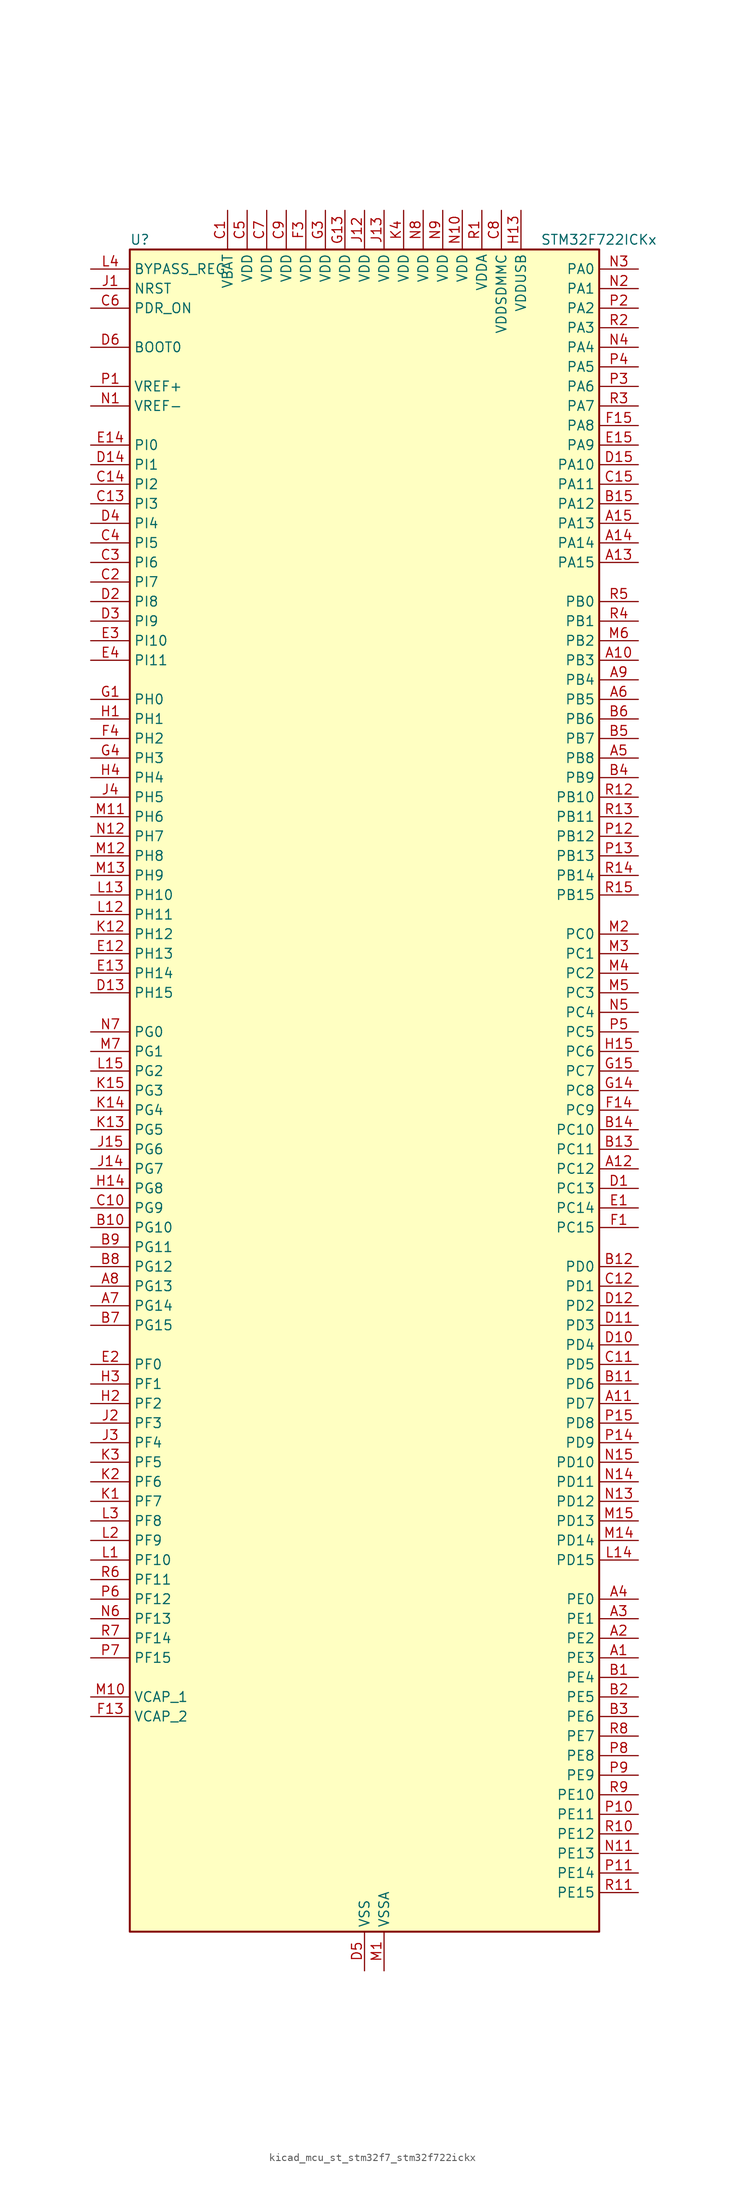
<source format=kicad_sym>
(kicad_symbol_lib
  (version 20220914)
  (generator kicad_symbol_editor)
  (symbol "kicad_mcu_st_stm32f7_stm32f722ickx"
    (property "Reference" "U"
      (at -30.48 110.49 0)
      (effects (font (size 1.27 1.27)) (justify left)))
    (property "Value" "STM32F722ICKx"
      (at 22.86 110.49 0)
      (effects (font (size 1.27 1.27)) (justify left)))
    (property "ki_locked" ""
      (at 0 0 0)
      (effects (font (size 1.27 1.27))))
    (symbol "kicad_mcu_st_stm32f7_stm32f722ickx_0_1"
      (rectangle (start -30.48 -109.22) (end 30.48 109.22) (stroke (width 0.254) (type default)) (fill (type background))))
    (symbol "kicad_mcu_st_stm32f7_stm32f722ickx_1_1"
      (pin bidirectional line (at 35.56 -73.66 180) (length 5.08) (name "PE3" (effects (font (size 1.27 1.27)))) (number "A1" (effects (font (size 1.27 1.27)))) (alternate "FMC_A19" bidirectional line) (alternate "SAI1_SD_B" bidirectional line) (alternate "SYS_TRACED0" bidirectional line))
      (pin bidirectional line (at 35.56 55.88 180) (length 5.08) (name "PB3" (effects (font (size 1.27 1.27)))) (number "A10" (effects (font (size 1.27 1.27)))) (alternate "I2S1_CK" bidirectional line) (alternate "I2S3_CK" bidirectional line) (alternate "SDMMC2_D2" bidirectional line) (alternate "SPI1_SCK" bidirectional line) (alternate "SPI3_SCK" bidirectional line) (alternate "SYS_JTDO-SWO" bidirectional line) (alternate "TIM2_CH2" bidirectional line))
      (pin bidirectional line (at 35.56 -40.64 180) (length 5.08) (name "PD7" (effects (font (size 1.27 1.27)))) (number "A11" (effects (font (size 1.27 1.27)))) (alternate "FMC_NE1" bidirectional line) (alternate "SDMMC2_CMD" bidirectional line) (alternate "USART2_CK" bidirectional line))
      (pin bidirectional line (at 35.56 -10.16 180) (length 5.08) (name "PC12" (effects (font (size 1.27 1.27)))) (number "A12" (effects (font (size 1.27 1.27)))) (alternate "I2S3_SD" bidirectional line) (alternate "SDMMC1_CK" bidirectional line) (alternate "SPI3_MOSI" bidirectional line) (alternate "SYS_TRACED3" bidirectional line) (alternate "UART5_TX" bidirectional line) (alternate "USART3_CK" bidirectional line))
      (pin bidirectional line (at 35.56 68.58 180) (length 5.08) (name "PA15" (effects (font (size 1.27 1.27)))) (number "A13" (effects (font (size 1.27 1.27)))) (alternate "I2S1_WS" bidirectional line) (alternate "I2S3_WS" bidirectional line) (alternate "SPI1_NSS" bidirectional line) (alternate "SPI3_NSS" bidirectional line) (alternate "SYS_JTDI" bidirectional line) (alternate "TIM2_CH1" bidirectional line) (alternate "TIM2_ETR" bidirectional line) (alternate "UART4_DE" bidirectional line) (alternate "UART4_RTS" bidirectional line))
      (pin bidirectional line (at 35.56 71.12 180) (length 5.08) (name "PA14" (effects (font (size 1.27 1.27)))) (number "A14" (effects (font (size 1.27 1.27)))) (alternate "SYS_JTCK-SWCLK" bidirectional line))
      (pin bidirectional line (at 35.56 73.66 180) (length 5.08) (name "PA13" (effects (font (size 1.27 1.27)))) (number "A15" (effects (font (size 1.27 1.27)))) (alternate "SYS_JTMS-SWDIO" bidirectional line))
      (pin bidirectional line (at 35.56 -71.12 180) (length 5.08) (name "PE2" (effects (font (size 1.27 1.27)))) (number "A2" (effects (font (size 1.27 1.27)))) (alternate "FMC_A23" bidirectional line) (alternate "QUADSPI_BK1_IO2" bidirectional line) (alternate "SAI1_MCLK_A" bidirectional line) (alternate "SPI4_SCK" bidirectional line) (alternate "SYS_TRACECLK" bidirectional line))
      (pin bidirectional line (at 35.56 -68.58 180) (length 5.08) (name "PE1" (effects (font (size 1.27 1.27)))) (number "A3" (effects (font (size 1.27 1.27)))) (alternate "FMC_NBL1" bidirectional line) (alternate "LPTIM1_IN2" bidirectional line) (alternate "UART8_TX" bidirectional line))
      (pin bidirectional line (at 35.56 -66.04 180) (length 5.08) (name "PE0" (effects (font (size 1.27 1.27)))) (number "A4" (effects (font (size 1.27 1.27)))) (alternate "FMC_NBL0" bidirectional line) (alternate "LPTIM1_ETR" bidirectional line) (alternate "SAI2_MCLK_A" bidirectional line) (alternate "TIM4_ETR" bidirectional line) (alternate "UART8_RX" bidirectional line))
      (pin bidirectional line (at 35.56 43.18 180) (length 5.08) (name "PB8" (effects (font (size 1.27 1.27)))) (number "A5" (effects (font (size 1.27 1.27)))) (alternate "CAN1_RX" bidirectional line) (alternate "I2C1_SCL" bidirectional line) (alternate "SDMMC1_D4" bidirectional line) (alternate "SDMMC2_D4" bidirectional line) (alternate "TIM10_CH1" bidirectional line) (alternate "TIM4_CH3" bidirectional line))
      (pin bidirectional line (at 35.56 50.8 180) (length 5.08) (name "PB5" (effects (font (size 1.27 1.27)))) (number "A6" (effects (font (size 1.27 1.27)))) (alternate "FMC_SDCKE1" bidirectional line) (alternate "I2C1_SMBA" bidirectional line) (alternate "I2S1_SD" bidirectional line) (alternate "I2S3_SD" bidirectional line) (alternate "SPI1_MOSI" bidirectional line) (alternate "SPI3_MOSI" bidirectional line) (alternate "TIM3_CH2" bidirectional line) (alternate "USB_OTG_HS_ULPI_D7" bidirectional line))
      (pin bidirectional line (at -35.56 -27.94 0) (length 5.08) (name "PG14" (effects (font (size 1.27 1.27)))) (number "A7" (effects (font (size 1.27 1.27)))) (alternate "FMC_A25" bidirectional line) (alternate "LPTIM1_ETR" bidirectional line) (alternate "QUADSPI_BK2_IO3" bidirectional line) (alternate "SYS_TRACED1" bidirectional line) (alternate "USART6_TX" bidirectional line))
      (pin bidirectional line (at -35.56 -25.4 0) (length 5.08) (name "PG13" (effects (font (size 1.27 1.27)))) (number "A8" (effects (font (size 1.27 1.27)))) (alternate "FMC_A24" bidirectional line) (alternate "LPTIM1_OUT" bidirectional line) (alternate "SYS_TRACED0" bidirectional line) (alternate "USART6_CTS" bidirectional line))
      (pin bidirectional line (at 35.56 53.34 180) (length 5.08) (name "PB4" (effects (font (size 1.27 1.27)))) (number "A9" (effects (font (size 1.27 1.27)))) (alternate "I2S2_WS" bidirectional line) (alternate "SDMMC2_D3" bidirectional line) (alternate "SPI1_MISO" bidirectional line) (alternate "SPI2_NSS" bidirectional line) (alternate "SPI3_MISO" bidirectional line) (alternate "SYS_JTRST" bidirectional line) (alternate "TIM3_CH1" bidirectional line))
      (pin bidirectional line (at 35.56 -76.2 180) (length 5.08) (name "PE4" (effects (font (size 1.27 1.27)))) (number "B1" (effects (font (size 1.27 1.27)))) (alternate "FMC_A20" bidirectional line) (alternate "SAI1_FS_A" bidirectional line) (alternate "SPI4_NSS" bidirectional line) (alternate "SYS_TRACED1" bidirectional line))
      (pin bidirectional line (at -35.56 -17.78 0) (length 5.08) (name "PG10" (effects (font (size 1.27 1.27)))) (number "B10" (effects (font (size 1.27 1.27)))) (alternate "FMC_NE3" bidirectional line) (alternate "SAI2_SD_B" bidirectional line) (alternate "SDMMC2_D1" bidirectional line))
      (pin bidirectional line (at 35.56 -38.1 180) (length 5.08) (name "PD6" (effects (font (size 1.27 1.27)))) (number "B11" (effects (font (size 1.27 1.27)))) (alternate "FMC_NWAIT" bidirectional line) (alternate "I2S3_SD" bidirectional line) (alternate "SAI1_SD_A" bidirectional line) (alternate "SDMMC2_CK" bidirectional line) (alternate "SPI3_MOSI" bidirectional line) (alternate "USART2_RX" bidirectional line))
      (pin bidirectional line (at 35.56 -22.86 180) (length 5.08) (name "PD0" (effects (font (size 1.27 1.27)))) (number "B12" (effects (font (size 1.27 1.27)))) (alternate "CAN1_RX" bidirectional line) (alternate "FMC_D2" bidirectional line) (alternate "FMC_DA2" bidirectional line))
      (pin bidirectional line (at 35.56 -7.62 180) (length 5.08) (name "PC11" (effects (font (size 1.27 1.27)))) (number "B13" (effects (font (size 1.27 1.27)))) (alternate "ADC1_EXTI11" bidirectional line) (alternate "ADC2_EXTI11" bidirectional line) (alternate "ADC3_EXTI11" bidirectional line) (alternate "QUADSPI_BK2_NCS" bidirectional line) (alternate "SDMMC1_D3" bidirectional line) (alternate "SPI3_MISO" bidirectional line) (alternate "UART4_RX" bidirectional line) (alternate "USART3_RX" bidirectional line))
      (pin bidirectional line (at 35.56 -5.08 180) (length 5.08) (name "PC10" (effects (font (size 1.27 1.27)))) (number "B14" (effects (font (size 1.27 1.27)))) (alternate "I2S3_CK" bidirectional line) (alternate "QUADSPI_BK1_IO1" bidirectional line) (alternate "SDMMC1_D2" bidirectional line) (alternate "SPI3_SCK" bidirectional line) (alternate "UART4_TX" bidirectional line) (alternate "USART3_TX" bidirectional line))
      (pin bidirectional line (at 35.56 76.2 180) (length 5.08) (name "PA12" (effects (font (size 1.27 1.27)))) (number "B15" (effects (font (size 1.27 1.27)))) (alternate "CAN1_TX" bidirectional line) (alternate "SAI2_FS_B" bidirectional line) (alternate "TIM1_ETR" bidirectional line) (alternate "USART1_DE" bidirectional line) (alternate "USART1_RTS" bidirectional line) (alternate "USB_OTG_FS_DP" bidirectional line))
      (pin bidirectional line (at 35.56 -78.74 180) (length 5.08) (name "PE5" (effects (font (size 1.27 1.27)))) (number "B2" (effects (font (size 1.27 1.27)))) (alternate "FMC_A21" bidirectional line) (alternate "SAI1_SCK_A" bidirectional line) (alternate "SPI4_MISO" bidirectional line) (alternate "SYS_TRACED2" bidirectional line) (alternate "TIM9_CH1" bidirectional line))
      (pin bidirectional line (at 35.56 -81.28 180) (length 5.08) (name "PE6" (effects (font (size 1.27 1.27)))) (number "B3" (effects (font (size 1.27 1.27)))) (alternate "FMC_A22" bidirectional line) (alternate "SAI1_SD_A" bidirectional line) (alternate "SAI2_MCLK_B" bidirectional line) (alternate "SPI4_MOSI" bidirectional line) (alternate "SYS_TRACED3" bidirectional line) (alternate "TIM1_BKIN2" bidirectional line) (alternate "TIM9_CH2" bidirectional line))
      (pin bidirectional line (at 35.56 40.64 180) (length 5.08) (name "PB9" (effects (font (size 1.27 1.27)))) (number "B4" (effects (font (size 1.27 1.27)))) (alternate "CAN1_TX" bidirectional line) (alternate "DAC_EXTI9" bidirectional line) (alternate "I2C1_SDA" bidirectional line) (alternate "I2S2_WS" bidirectional line) (alternate "SDMMC1_D5" bidirectional line) (alternate "SDMMC2_D5" bidirectional line) (alternate "SPI2_NSS" bidirectional line) (alternate "TIM11_CH1" bidirectional line) (alternate "TIM4_CH4" bidirectional line))
      (pin bidirectional line (at 35.56 45.72 180) (length 5.08) (name "PB7" (effects (font (size 1.27 1.27)))) (number "B5" (effects (font (size 1.27 1.27)))) (alternate "FMC_NL" bidirectional line) (alternate "I2C1_SDA" bidirectional line) (alternate "TIM4_CH2" bidirectional line) (alternate "USART1_RX" bidirectional line))
      (pin bidirectional line (at 35.56 48.26 180) (length 5.08) (name "PB6" (effects (font (size 1.27 1.27)))) (number "B6" (effects (font (size 1.27 1.27)))) (alternate "FMC_SDNE1" bidirectional line) (alternate "I2C1_SCL" bidirectional line) (alternate "QUADSPI_BK1_NCS" bidirectional line) (alternate "TIM4_CH1" bidirectional line) (alternate "USART1_TX" bidirectional line))
      (pin bidirectional line (at -35.56 -30.48 0) (length 5.08) (name "PG15" (effects (font (size 1.27 1.27)))) (number "B7" (effects (font (size 1.27 1.27)))) (alternate "FMC_SDNCAS" bidirectional line) (alternate "USART6_CTS" bidirectional line))
      (pin bidirectional line (at -35.56 -22.86 0) (length 5.08) (name "PG12" (effects (font (size 1.27 1.27)))) (number "B8" (effects (font (size 1.27 1.27)))) (alternate "FMC_NE4" bidirectional line) (alternate "LPTIM1_IN1" bidirectional line) (alternate "SDMMC2_D3" bidirectional line) (alternate "USART6_DE" bidirectional line) (alternate "USART6_RTS" bidirectional line))
      (pin bidirectional line (at -35.56 -20.32 0) (length 5.08) (name "PG11" (effects (font (size 1.27 1.27)))) (number "B9" (effects (font (size 1.27 1.27)))) (alternate "ADC1_EXTI11" bidirectional line) (alternate "ADC2_EXTI11" bidirectional line) (alternate "ADC3_EXTI11" bidirectional line) (alternate "FMC_INT" bidirectional line) (alternate "SDMMC2_D2" bidirectional line))
      (pin power_in line (at -17.78 114.3 270) (length 5.08) (name "VBAT" (effects (font (size 1.27 1.27)))) (number "C1" (effects (font (size 1.27 1.27)))))
      (pin bidirectional line (at -35.56 -15.24 0) (length 5.08) (name "PG9" (effects (font (size 1.27 1.27)))) (number "C10" (effects (font (size 1.27 1.27)))) (alternate "DAC_EXTI9" bidirectional line) (alternate "FMC_NCE" bidirectional line) (alternate "FMC_NE2" bidirectional line) (alternate "QUADSPI_BK2_IO2" bidirectional line) (alternate "SAI2_FS_B" bidirectional line) (alternate "SDMMC2_D0" bidirectional line) (alternate "USART6_RX" bidirectional line))
      (pin bidirectional line (at 35.56 -35.56 180) (length 5.08) (name "PD5" (effects (font (size 1.27 1.27)))) (number "C11" (effects (font (size 1.27 1.27)))) (alternate "FMC_NWE" bidirectional line) (alternate "USART2_TX" bidirectional line))
      (pin bidirectional line (at 35.56 -25.4 180) (length 5.08) (name "PD1" (effects (font (size 1.27 1.27)))) (number "C12" (effects (font (size 1.27 1.27)))) (alternate "CAN1_TX" bidirectional line) (alternate "FMC_D3" bidirectional line) (alternate "FMC_DA3" bidirectional line))
      (pin bidirectional line (at -35.56 76.2 0) (length 5.08) (name "PI3" (effects (font (size 1.27 1.27)))) (number "C13" (effects (font (size 1.27 1.27)))) (alternate "FMC_D27" bidirectional line) (alternate "I2S2_SD" bidirectional line) (alternate "SPI2_MOSI" bidirectional line) (alternate "TIM8_ETR" bidirectional line))
      (pin bidirectional line (at -35.56 78.74 0) (length 5.08) (name "PI2" (effects (font (size 1.27 1.27)))) (number "C14" (effects (font (size 1.27 1.27)))) (alternate "FMC_D26" bidirectional line) (alternate "SPI2_MISO" bidirectional line) (alternate "TIM8_CH4" bidirectional line))
      (pin bidirectional line (at 35.56 78.74 180) (length 5.08) (name "PA11" (effects (font (size 1.27 1.27)))) (number "C15" (effects (font (size 1.27 1.27)))) (alternate "ADC1_EXTI11" bidirectional line) (alternate "ADC2_EXTI11" bidirectional line) (alternate "ADC3_EXTI11" bidirectional line) (alternate "CAN1_RX" bidirectional line) (alternate "TIM1_CH4" bidirectional line) (alternate "USART1_CTS" bidirectional line) (alternate "USB_OTG_FS_DM" bidirectional line))
      (pin bidirectional line (at -35.56 66.04 0) (length 5.08) (name "PI7" (effects (font (size 1.27 1.27)))) (number "C2" (effects (font (size 1.27 1.27)))) (alternate "FMC_D29" bidirectional line) (alternate "SAI2_FS_A" bidirectional line) (alternate "TIM8_CH3" bidirectional line))
      (pin bidirectional line (at -35.56 68.58 0) (length 5.08) (name "PI6" (effects (font (size 1.27 1.27)))) (number "C3" (effects (font (size 1.27 1.27)))) (alternate "FMC_D28" bidirectional line) (alternate "SAI2_SD_A" bidirectional line) (alternate "TIM8_CH2" bidirectional line))
      (pin bidirectional line (at -35.56 71.12 0) (length 5.08) (name "PI5" (effects (font (size 1.27 1.27)))) (number "C4" (effects (font (size 1.27 1.27)))) (alternate "FMC_NBL3" bidirectional line) (alternate "SAI2_SCK_A" bidirectional line) (alternate "TIM8_CH1" bidirectional line))
      (pin power_in line (at -15.24 114.3 270) (length 5.08) (name "VDD" (effects (font (size 1.27 1.27)))) (number "C5" (effects (font (size 1.27 1.27)))))
      (pin input line (at -35.56 101.6 0) (length 5.08) (name "PDR_ON" (effects (font (size 1.27 1.27)))) (number "C6" (effects (font (size 1.27 1.27)))))
      (pin power_in line (at -12.7 114.3 270) (length 5.08) (name "VDD" (effects (font (size 1.27 1.27)))) (number "C7" (effects (font (size 1.27 1.27)))))
      (pin power_in line (at 17.78 114.3 270) (length 5.08) (name "VDDSDMMC" (effects (font (size 1.27 1.27)))) (number "C8" (effects (font (size 1.27 1.27)))))
      (pin power_in line (at -10.16 114.3 270) (length 5.08) (name "VDD" (effects (font (size 1.27 1.27)))) (number "C9" (effects (font (size 1.27 1.27)))))
      (pin bidirectional line (at 35.56 -12.7 180) (length 5.08) (name "PC13" (effects (font (size 1.27 1.27)))) (number "D1" (effects (font (size 1.27 1.27)))) (alternate "RTC_OUT" bidirectional line) (alternate "RTC_TAMP1" bidirectional line) (alternate "RTC_TS" bidirectional line) (alternate "SYS_WKUP4" bidirectional line))
      (pin bidirectional line (at 35.56 -33.02 180) (length 5.08) (name "PD4" (effects (font (size 1.27 1.27)))) (number "D10" (effects (font (size 1.27 1.27)))) (alternate "FMC_NOE" bidirectional line) (alternate "USART2_DE" bidirectional line) (alternate "USART2_RTS" bidirectional line))
      (pin bidirectional line (at 35.56 -30.48 180) (length 5.08) (name "PD3" (effects (font (size 1.27 1.27)))) (number "D11" (effects (font (size 1.27 1.27)))) (alternate "FMC_CLK" bidirectional line) (alternate "I2S2_CK" bidirectional line) (alternate "SPI2_SCK" bidirectional line) (alternate "USART2_CTS" bidirectional line))
      (pin bidirectional line (at 35.56 -27.94 180) (length 5.08) (name "PD2" (effects (font (size 1.27 1.27)))) (number "D12" (effects (font (size 1.27 1.27)))) (alternate "SDMMC1_CMD" bidirectional line) (alternate "SYS_TRACED2" bidirectional line) (alternate "TIM3_ETR" bidirectional line) (alternate "UART5_RX" bidirectional line))
      (pin bidirectional line (at -35.56 12.7 0) (length 5.08) (name "PH15" (effects (font (size 1.27 1.27)))) (number "D13" (effects (font (size 1.27 1.27)))) (alternate "FMC_D23" bidirectional line) (alternate "TIM8_CH3N" bidirectional line))
      (pin bidirectional line (at -35.56 81.28 0) (length 5.08) (name "PI1" (effects (font (size 1.27 1.27)))) (number "D14" (effects (font (size 1.27 1.27)))) (alternate "FMC_D25" bidirectional line) (alternate "I2S2_CK" bidirectional line) (alternate "SPI2_SCK" bidirectional line) (alternate "TIM8_BKIN2" bidirectional line))
      (pin bidirectional line (at 35.56 81.28 180) (length 5.08) (name "PA10" (effects (font (size 1.27 1.27)))) (number "D15" (effects (font (size 1.27 1.27)))) (alternate "TIM1_CH3" bidirectional line) (alternate "USART1_RX" bidirectional line) (alternate "USB_OTG_FS_ID" bidirectional line))
      (pin bidirectional line (at -35.56 63.5 0) (length 5.08) (name "PI8" (effects (font (size 1.27 1.27)))) (number "D2" (effects (font (size 1.27 1.27)))) (alternate "RTC_TAMP2" bidirectional line) (alternate "RTC_TS" bidirectional line) (alternate "SYS_WKUP5" bidirectional line))
      (pin bidirectional line (at -35.56 60.96 0) (length 5.08) (name "PI9" (effects (font (size 1.27 1.27)))) (number "D3" (effects (font (size 1.27 1.27)))) (alternate "CAN1_RX" bidirectional line) (alternate "DAC_EXTI9" bidirectional line) (alternate "FMC_D30" bidirectional line) (alternate "UART4_RX" bidirectional line))
      (pin bidirectional line (at -35.56 73.66 0) (length 5.08) (name "PI4" (effects (font (size 1.27 1.27)))) (number "D4" (effects (font (size 1.27 1.27)))) (alternate "FMC_NBL2" bidirectional line) (alternate "SAI2_MCLK_A" bidirectional line) (alternate "TIM8_BKIN" bidirectional line))
      (pin power_in line (at 0 -114.3 90) (length 5.08) (name "VSS" (effects (font (size 1.27 1.27)))) (number "D5" (effects (font (size 1.27 1.27)))))
      (pin input line (at -35.56 96.52 0) (length 5.08) (name "BOOT0" (effects (font (size 1.27 1.27)))) (number "D6" (effects (font (size 1.27 1.27)))))
      (pin passive line (at 0 -114.3 90) (length 5.08) hide (name "VSS" (effects (font (size 1.27 1.27)))) (number "D7" (effects (font (size 1.27 1.27)))))
      (pin passive line (at 0 -114.3 90) (length 5.08) hide (name "VSS" (effects (font (size 1.27 1.27)))) (number "D8" (effects (font (size 1.27 1.27)))))
      (pin passive line (at 0 -114.3 90) (length 5.08) hide (name "VSS" (effects (font (size 1.27 1.27)))) (number "D9" (effects (font (size 1.27 1.27)))))
      (pin bidirectional line (at 35.56 -15.24 180) (length 5.08) (name "PC14" (effects (font (size 1.27 1.27)))) (number "E1" (effects (font (size 1.27 1.27)))) (alternate "RCC_OSC32_IN" bidirectional line))
      (pin bidirectional line (at -35.56 17.78 0) (length 5.08) (name "PH13" (effects (font (size 1.27 1.27)))) (number "E12" (effects (font (size 1.27 1.27)))) (alternate "CAN1_TX" bidirectional line) (alternate "FMC_D21" bidirectional line) (alternate "TIM8_CH1N" bidirectional line) (alternate "UART4_TX" bidirectional line))
      (pin bidirectional line (at -35.56 15.24 0) (length 5.08) (name "PH14" (effects (font (size 1.27 1.27)))) (number "E13" (effects (font (size 1.27 1.27)))) (alternate "CAN1_RX" bidirectional line) (alternate "FMC_D22" bidirectional line) (alternate "TIM8_CH2N" bidirectional line) (alternate "UART4_RX" bidirectional line))
      (pin bidirectional line (at -35.56 83.82 0) (length 5.08) (name "PI0" (effects (font (size 1.27 1.27)))) (number "E14" (effects (font (size 1.27 1.27)))) (alternate "FMC_D24" bidirectional line) (alternate "I2S2_WS" bidirectional line) (alternate "SPI2_NSS" bidirectional line) (alternate "TIM5_CH4" bidirectional line))
      (pin bidirectional line (at 35.56 83.82 180) (length 5.08) (name "PA9" (effects (font (size 1.27 1.27)))) (number "E15" (effects (font (size 1.27 1.27)))) (alternate "DAC_EXTI9" bidirectional line) (alternate "I2C3_SMBA" bidirectional line) (alternate "I2S2_CK" bidirectional line) (alternate "SPI2_SCK" bidirectional line) (alternate "TIM1_CH2" bidirectional line) (alternate "USART1_TX" bidirectional line) (alternate "USB_OTG_FS_VBUS" bidirectional line))
      (pin bidirectional line (at -35.56 -35.56 0) (length 5.08) (name "PF0" (effects (font (size 1.27 1.27)))) (number "E2" (effects (font (size 1.27 1.27)))) (alternate "FMC_A0" bidirectional line) (alternate "I2C2_SDA" bidirectional line))
      (pin bidirectional line (at -35.56 58.42 0) (length 5.08) (name "PI10" (effects (font (size 1.27 1.27)))) (number "E3" (effects (font (size 1.27 1.27)))) (alternate "FMC_D31" bidirectional line))
      (pin bidirectional line (at -35.56 55.88 0) (length 5.08) (name "PI11" (effects (font (size 1.27 1.27)))) (number "E4" (effects (font (size 1.27 1.27)))) (alternate "ADC1_EXTI11" bidirectional line) (alternate "ADC2_EXTI11" bidirectional line) (alternate "ADC3_EXTI11" bidirectional line) (alternate "SYS_WKUP6" bidirectional line) (alternate "USB_OTG_HS_ULPI_DIR" bidirectional line))
      (pin bidirectional line (at 35.56 -17.78 180) (length 5.08) (name "PC15" (effects (font (size 1.27 1.27)))) (number "F1" (effects (font (size 1.27 1.27)))) (alternate "RCC_OSC32_OUT" bidirectional line))
      (pin passive line (at 0 -114.3 90) (length 5.08) hide (name "VSS" (effects (font (size 1.27 1.27)))) (number "F10" (effects (font (size 1.27 1.27)))))
      (pin passive line (at 0 -114.3 90) (length 5.08) hide (name "VSS" (effects (font (size 1.27 1.27)))) (number "F12" (effects (font (size 1.27 1.27)))))
      (pin power_out line (at -35.56 -81.28 0) (length 5.08) (name "VCAP_2" (effects (font (size 1.27 1.27)))) (number "F13" (effects (font (size 1.27 1.27)))))
      (pin bidirectional line (at 35.56 -2.54 180) (length 5.08) (name "PC9" (effects (font (size 1.27 1.27)))) (number "F14" (effects (font (size 1.27 1.27)))) (alternate "DAC_EXTI9" bidirectional line) (alternate "I2C3_SDA" bidirectional line) (alternate "I2S_CKIN" bidirectional line) (alternate "QUADSPI_BK1_IO0" bidirectional line) (alternate "RCC_MCO_2" bidirectional line) (alternate "SDMMC1_D1" bidirectional line) (alternate "TIM3_CH4" bidirectional line) (alternate "TIM8_CH4" bidirectional line) (alternate "UART5_CTS" bidirectional line))
      (pin bidirectional line (at 35.56 86.36 180) (length 5.08) (name "PA8" (effects (font (size 1.27 1.27)))) (number "F15" (effects (font (size 1.27 1.27)))) (alternate "I2C3_SCL" bidirectional line) (alternate "RCC_MCO_1" bidirectional line) (alternate "TIM1_CH1" bidirectional line) (alternate "TIM8_BKIN2" bidirectional line) (alternate "USART1_CK" bidirectional line) (alternate "USB_OTG_FS_SOF" bidirectional line))
      (pin passive line (at 0 -114.3 90) (length 5.08) hide (name "VSS" (effects (font (size 1.27 1.27)))) (number "F2" (effects (font (size 1.27 1.27)))))
      (pin power_in line (at -7.62 114.3 270) (length 5.08) (name "VDD" (effects (font (size 1.27 1.27)))) (number "F3" (effects (font (size 1.27 1.27)))))
      (pin bidirectional line (at -35.56 45.72 0) (length 5.08) (name "PH2" (effects (font (size 1.27 1.27)))) (number "F4" (effects (font (size 1.27 1.27)))) (alternate "FMC_SDCKE0" bidirectional line) (alternate "LPTIM1_IN2" bidirectional line) (alternate "QUADSPI_BK2_IO0" bidirectional line) (alternate "SAI2_SCK_B" bidirectional line))
      (pin passive line (at 0 -114.3 90) (length 5.08) hide (name "VSS" (effects (font (size 1.27 1.27)))) (number "F6" (effects (font (size 1.27 1.27)))))
      (pin passive line (at 0 -114.3 90) (length 5.08) hide (name "VSS" (effects (font (size 1.27 1.27)))) (number "F7" (effects (font (size 1.27 1.27)))))
      (pin passive line (at 0 -114.3 90) (length 5.08) hide (name "VSS" (effects (font (size 1.27 1.27)))) (number "F8" (effects (font (size 1.27 1.27)))))
      (pin passive line (at 0 -114.3 90) (length 5.08) hide (name "VSS" (effects (font (size 1.27 1.27)))) (number "F9" (effects (font (size 1.27 1.27)))))
      (pin bidirectional line (at -35.56 50.8 0) (length 5.08) (name "PH0" (effects (font (size 1.27 1.27)))) (number "G1" (effects (font (size 1.27 1.27)))) (alternate "RCC_OSC_IN" bidirectional line))
      (pin passive line (at 0 -114.3 90) (length 5.08) hide (name "VSS" (effects (font (size 1.27 1.27)))) (number "G10" (effects (font (size 1.27 1.27)))))
      (pin passive line (at 0 -114.3 90) (length 5.08) hide (name "VSS" (effects (font (size 1.27 1.27)))) (number "G12" (effects (font (size 1.27 1.27)))))
      (pin power_in line (at -2.54 114.3 270) (length 5.08) (name "VDD" (effects (font (size 1.27 1.27)))) (number "G13" (effects (font (size 1.27 1.27)))))
      (pin bidirectional line (at 35.56 0 180) (length 5.08) (name "PC8" (effects (font (size 1.27 1.27)))) (number "G14" (effects (font (size 1.27 1.27)))) (alternate "SDMMC1_D0" bidirectional line) (alternate "SYS_TRACED1" bidirectional line) (alternate "TIM3_CH3" bidirectional line) (alternate "TIM8_CH3" bidirectional line) (alternate "UART5_DE" bidirectional line) (alternate "UART5_RTS" bidirectional line) (alternate "USART6_CK" bidirectional line))
      (pin bidirectional line (at 35.56 2.54 180) (length 5.08) (name "PC7" (effects (font (size 1.27 1.27)))) (number "G15" (effects (font (size 1.27 1.27)))) (alternate "I2S3_MCK" bidirectional line) (alternate "SDMMC1_D7" bidirectional line) (alternate "SDMMC2_D7" bidirectional line) (alternate "TIM3_CH2" bidirectional line) (alternate "TIM8_CH2" bidirectional line) (alternate "USART6_RX" bidirectional line))
      (pin passive line (at 0 -114.3 90) (length 5.08) hide (name "VSS" (effects (font (size 1.27 1.27)))) (number "G2" (effects (font (size 1.27 1.27)))))
      (pin power_in line (at -5.08 114.3 270) (length 5.08) (name "VDD" (effects (font (size 1.27 1.27)))) (number "G3" (effects (font (size 1.27 1.27)))))
      (pin bidirectional line (at -35.56 43.18 0) (length 5.08) (name "PH3" (effects (font (size 1.27 1.27)))) (number "G4" (effects (font (size 1.27 1.27)))) (alternate "FMC_SDNE0" bidirectional line) (alternate "QUADSPI_BK2_IO1" bidirectional line) (alternate "SAI2_MCLK_B" bidirectional line))
      (pin passive line (at 0 -114.3 90) (length 5.08) hide (name "VSS" (effects (font (size 1.27 1.27)))) (number "G6" (effects (font (size 1.27 1.27)))))
      (pin passive line (at 0 -114.3 90) (length 5.08) hide (name "VSS" (effects (font (size 1.27 1.27)))) (number "G7" (effects (font (size 1.27 1.27)))))
      (pin passive line (at 0 -114.3 90) (length 5.08) hide (name "VSS" (effects (font (size 1.27 1.27)))) (number "G8" (effects (font (size 1.27 1.27)))))
      (pin passive line (at 0 -114.3 90) (length 5.08) hide (name "VSS" (effects (font (size 1.27 1.27)))) (number "G9" (effects (font (size 1.27 1.27)))))
      (pin bidirectional line (at -35.56 48.26 0) (length 5.08) (name "PH1" (effects (font (size 1.27 1.27)))) (number "H1" (effects (font (size 1.27 1.27)))) (alternate "RCC_OSC_OUT" bidirectional line))
      (pin passive line (at 0 -114.3 90) (length 5.08) hide (name "VSS" (effects (font (size 1.27 1.27)))) (number "H10" (effects (font (size 1.27 1.27)))))
      (pin passive line (at 0 -114.3 90) (length 5.08) hide (name "VSS" (effects (font (size 1.27 1.27)))) (number "H12" (effects (font (size 1.27 1.27)))))
      (pin power_in line (at 20.32 114.3 270) (length 5.08) (name "VDDUSB" (effects (font (size 1.27 1.27)))) (number "H13" (effects (font (size 1.27 1.27)))))
      (pin bidirectional line (at -35.56 -12.7 0) (length 5.08) (name "PG8" (effects (font (size 1.27 1.27)))) (number "H14" (effects (font (size 1.27 1.27)))) (alternate "FMC_SDCLK" bidirectional line) (alternate "USART6_DE" bidirectional line) (alternate "USART6_RTS" bidirectional line))
      (pin bidirectional line (at 35.56 5.08 180) (length 5.08) (name "PC6" (effects (font (size 1.27 1.27)))) (number "H15" (effects (font (size 1.27 1.27)))) (alternate "I2S2_MCK" bidirectional line) (alternate "SDMMC1_D6" bidirectional line) (alternate "SDMMC2_D6" bidirectional line) (alternate "TIM3_CH1" bidirectional line) (alternate "TIM8_CH1" bidirectional line) (alternate "USART6_TX" bidirectional line))
      (pin bidirectional line (at -35.56 -40.64 0) (length 5.08) (name "PF2" (effects (font (size 1.27 1.27)))) (number "H2" (effects (font (size 1.27 1.27)))) (alternate "FMC_A2" bidirectional line) (alternate "I2C2_SMBA" bidirectional line))
      (pin bidirectional line (at -35.56 -38.1 0) (length 5.08) (name "PF1" (effects (font (size 1.27 1.27)))) (number "H3" (effects (font (size 1.27 1.27)))) (alternate "FMC_A1" bidirectional line) (alternate "I2C2_SCL" bidirectional line))
      (pin bidirectional line (at -35.56 40.64 0) (length 5.08) (name "PH4" (effects (font (size 1.27 1.27)))) (number "H4" (effects (font (size 1.27 1.27)))) (alternate "I2C2_SCL" bidirectional line) (alternate "USB_OTG_HS_ULPI_NXT" bidirectional line))
      (pin passive line (at 0 -114.3 90) (length 5.08) hide (name "VSS" (effects (font (size 1.27 1.27)))) (number "H6" (effects (font (size 1.27 1.27)))))
      (pin passive line (at 0 -114.3 90) (length 5.08) hide (name "VSS" (effects (font (size 1.27 1.27)))) (number "H7" (effects (font (size 1.27 1.27)))))
      (pin passive line (at 0 -114.3 90) (length 5.08) hide (name "VSS" (effects (font (size 1.27 1.27)))) (number "H8" (effects (font (size 1.27 1.27)))))
      (pin passive line (at 0 -114.3 90) (length 5.08) hide (name "VSS" (effects (font (size 1.27 1.27)))) (number "H9" (effects (font (size 1.27 1.27)))))
      (pin input line (at -35.56 104.14 0) (length 5.08) (name "NRST" (effects (font (size 1.27 1.27)))) (number "J1" (effects (font (size 1.27 1.27)))))
      (pin passive line (at 0 -114.3 90) (length 5.08) hide (name "VSS" (effects (font (size 1.27 1.27)))) (number "J10" (effects (font (size 1.27 1.27)))))
      (pin power_in line (at 0 114.3 270) (length 5.08) (name "VDD" (effects (font (size 1.27 1.27)))) (number "J12" (effects (font (size 1.27 1.27)))))
      (pin power_in line (at 2.54 114.3 270) (length 5.08) (name "VDD" (effects (font (size 1.27 1.27)))) (number "J13" (effects (font (size 1.27 1.27)))))
      (pin bidirectional line (at -35.56 -10.16 0) (length 5.08) (name "PG7" (effects (font (size 1.27 1.27)))) (number "J14" (effects (font (size 1.27 1.27)))) (alternate "FMC_INT" bidirectional line) (alternate "USART6_CK" bidirectional line))
      (pin bidirectional line (at -35.56 -7.62 0) (length 5.08) (name "PG6" (effects (font (size 1.27 1.27)))) (number "J15" (effects (font (size 1.27 1.27)))))
      (pin bidirectional line (at -35.56 -43.18 0) (length 5.08) (name "PF3" (effects (font (size 1.27 1.27)))) (number "J2" (effects (font (size 1.27 1.27)))) (alternate "ADC3_IN9" bidirectional line) (alternate "FMC_A3" bidirectional line))
      (pin bidirectional line (at -35.56 -45.72 0) (length 5.08) (name "PF4" (effects (font (size 1.27 1.27)))) (number "J3" (effects (font (size 1.27 1.27)))) (alternate "ADC3_IN14" bidirectional line) (alternate "FMC_A4" bidirectional line))
      (pin bidirectional line (at -35.56 38.1 0) (length 5.08) (name "PH5" (effects (font (size 1.27 1.27)))) (number "J4" (effects (font (size 1.27 1.27)))) (alternate "FMC_SDNWE" bidirectional line) (alternate "I2C2_SDA" bidirectional line) (alternate "SPI5_NSS" bidirectional line))
      (pin passive line (at 0 -114.3 90) (length 5.08) hide (name "VSS" (effects (font (size 1.27 1.27)))) (number "J6" (effects (font (size 1.27 1.27)))))
      (pin passive line (at 0 -114.3 90) (length 5.08) hide (name "VSS" (effects (font (size 1.27 1.27)))) (number "J7" (effects (font (size 1.27 1.27)))))
      (pin passive line (at 0 -114.3 90) (length 5.08) hide (name "VSS" (effects (font (size 1.27 1.27)))) (number "J8" (effects (font (size 1.27 1.27)))))
      (pin passive line (at 0 -114.3 90) (length 5.08) hide (name "VSS" (effects (font (size 1.27 1.27)))) (number "J9" (effects (font (size 1.27 1.27)))))
      (pin bidirectional line (at -35.56 -53.34 0) (length 5.08) (name "PF7" (effects (font (size 1.27 1.27)))) (number "K1" (effects (font (size 1.27 1.27)))) (alternate "ADC3_IN5" bidirectional line) (alternate "QUADSPI_BK1_IO2" bidirectional line) (alternate "SAI1_MCLK_B" bidirectional line) (alternate "SPI5_SCK" bidirectional line) (alternate "TIM11_CH1" bidirectional line) (alternate "UART7_TX" bidirectional line))
      (pin passive line (at 0 -114.3 90) (length 5.08) hide (name "VSS" (effects (font (size 1.27 1.27)))) (number "K10" (effects (font (size 1.27 1.27)))))
      (pin bidirectional line (at -35.56 20.32 0) (length 5.08) (name "PH12" (effects (font (size 1.27 1.27)))) (number "K12" (effects (font (size 1.27 1.27)))) (alternate "FMC_D20" bidirectional line) (alternate "TIM5_CH3" bidirectional line))
      (pin bidirectional line (at -35.56 -5.08 0) (length 5.08) (name "PG5" (effects (font (size 1.27 1.27)))) (number "K13" (effects (font (size 1.27 1.27)))) (alternate "FMC_A15" bidirectional line) (alternate "FMC_BA1" bidirectional line))
      (pin bidirectional line (at -35.56 -2.54 0) (length 5.08) (name "PG4" (effects (font (size 1.27 1.27)))) (number "K14" (effects (font (size 1.27 1.27)))) (alternate "FMC_A14" bidirectional line) (alternate "FMC_BA0" bidirectional line))
      (pin bidirectional line (at -35.56 0 0) (length 5.08) (name "PG3" (effects (font (size 1.27 1.27)))) (number "K15" (effects (font (size 1.27 1.27)))) (alternate "FMC_A13" bidirectional line))
      (pin bidirectional line (at -35.56 -50.8 0) (length 5.08) (name "PF6" (effects (font (size 1.27 1.27)))) (number "K2" (effects (font (size 1.27 1.27)))) (alternate "ADC3_IN4" bidirectional line) (alternate "QUADSPI_BK1_IO3" bidirectional line) (alternate "SAI1_SD_B" bidirectional line) (alternate "SPI5_NSS" bidirectional line) (alternate "TIM10_CH1" bidirectional line) (alternate "UART7_RX" bidirectional line))
      (pin bidirectional line (at -35.56 -48.26 0) (length 5.08) (name "PF5" (effects (font (size 1.27 1.27)))) (number "K3" (effects (font (size 1.27 1.27)))) (alternate "ADC3_IN15" bidirectional line) (alternate "FMC_A5" bidirectional line))
      (pin power_in line (at 5.08 114.3 270) (length 5.08) (name "VDD" (effects (font (size 1.27 1.27)))) (number "K4" (effects (font (size 1.27 1.27)))))
      (pin passive line (at 0 -114.3 90) (length 5.08) hide (name "VSS" (effects (font (size 1.27 1.27)))) (number "K6" (effects (font (size 1.27 1.27)))))
      (pin passive line (at 0 -114.3 90) (length 5.08) hide (name "VSS" (effects (font (size 1.27 1.27)))) (number "K7" (effects (font (size 1.27 1.27)))))
      (pin passive line (at 0 -114.3 90) (length 5.08) hide (name "VSS" (effects (font (size 1.27 1.27)))) (number "K8" (effects (font (size 1.27 1.27)))))
      (pin passive line (at 0 -114.3 90) (length 5.08) hide (name "VSS" (effects (font (size 1.27 1.27)))) (number "K9" (effects (font (size 1.27 1.27)))))
      (pin bidirectional line (at -35.56 -60.96 0) (length 5.08) (name "PF10" (effects (font (size 1.27 1.27)))) (number "L1" (effects (font (size 1.27 1.27)))) (alternate "ADC3_IN8" bidirectional line))
      (pin bidirectional line (at -35.56 22.86 0) (length 5.08) (name "PH11" (effects (font (size 1.27 1.27)))) (number "L12" (effects (font (size 1.27 1.27)))) (alternate "ADC1_EXTI11" bidirectional line) (alternate "ADC2_EXTI11" bidirectional line) (alternate "ADC3_EXTI11" bidirectional line) (alternate "FMC_D19" bidirectional line) (alternate "TIM5_CH2" bidirectional line))
      (pin bidirectional line (at -35.56 25.4 0) (length 5.08) (name "PH10" (effects (font (size 1.27 1.27)))) (number "L13" (effects (font (size 1.27 1.27)))) (alternate "FMC_D18" bidirectional line) (alternate "TIM5_CH1" bidirectional line))
      (pin bidirectional line (at 35.56 -60.96 180) (length 5.08) (name "PD15" (effects (font (size 1.27 1.27)))) (number "L14" (effects (font (size 1.27 1.27)))) (alternate "FMC_D1" bidirectional line) (alternate "FMC_DA1" bidirectional line) (alternate "TIM4_CH4" bidirectional line) (alternate "UART8_DE" bidirectional line) (alternate "UART8_RTS" bidirectional line))
      (pin bidirectional line (at -35.56 2.54 0) (length 5.08) (name "PG2" (effects (font (size 1.27 1.27)))) (number "L15" (effects (font (size 1.27 1.27)))) (alternate "FMC_A12" bidirectional line))
      (pin bidirectional line (at -35.56 -58.42 0) (length 5.08) (name "PF9" (effects (font (size 1.27 1.27)))) (number "L2" (effects (font (size 1.27 1.27)))) (alternate "ADC3_IN7" bidirectional line) (alternate "DAC_EXTI9" bidirectional line) (alternate "QUADSPI_BK1_IO1" bidirectional line) (alternate "SAI1_FS_B" bidirectional line) (alternate "SPI5_MOSI" bidirectional line) (alternate "TIM14_CH1" bidirectional line) (alternate "UART7_CTS" bidirectional line))
      (pin bidirectional line (at -35.56 -55.88 0) (length 5.08) (name "PF8" (effects (font (size 1.27 1.27)))) (number "L3" (effects (font (size 1.27 1.27)))) (alternate "ADC3_IN6" bidirectional line) (alternate "QUADSPI_BK1_IO0" bidirectional line) (alternate "SAI1_SCK_B" bidirectional line) (alternate "SPI5_MISO" bidirectional line) (alternate "TIM13_CH1" bidirectional line) (alternate "UART7_DE" bidirectional line) (alternate "UART7_RTS" bidirectional line))
      (pin input line (at -35.56 106.68 0) (length 5.08) (name "BYPASS_REG" (effects (font (size 1.27 1.27)))) (number "L4" (effects (font (size 1.27 1.27)))))
      (pin power_in line (at 2.54 -114.3 90) (length 5.08) (name "VSSA" (effects (font (size 1.27 1.27)))) (number "M1" (effects (font (size 1.27 1.27)))))
      (pin power_out line (at -35.56 -78.74 0) (length 5.08) (name "VCAP_1" (effects (font (size 1.27 1.27)))) (number "M10" (effects (font (size 1.27 1.27)))))
      (pin bidirectional line (at -35.56 35.56 0) (length 5.08) (name "PH6" (effects (font (size 1.27 1.27)))) (number "M11" (effects (font (size 1.27 1.27)))) (alternate "FMC_SDNE1" bidirectional line) (alternate "I2C2_SMBA" bidirectional line) (alternate "SPI5_SCK" bidirectional line) (alternate "TIM12_CH1" bidirectional line))
      (pin bidirectional line (at -35.56 30.48 0) (length 5.08) (name "PH8" (effects (font (size 1.27 1.27)))) (number "M12" (effects (font (size 1.27 1.27)))) (alternate "FMC_D16" bidirectional line) (alternate "I2C3_SDA" bidirectional line))
      (pin bidirectional line (at -35.56 27.94 0) (length 5.08) (name "PH9" (effects (font (size 1.27 1.27)))) (number "M13" (effects (font (size 1.27 1.27)))) (alternate "DAC_EXTI9" bidirectional line) (alternate "FMC_D17" bidirectional line) (alternate "I2C3_SMBA" bidirectional line) (alternate "TIM12_CH2" bidirectional line))
      (pin bidirectional line (at 35.56 -58.42 180) (length 5.08) (name "PD14" (effects (font (size 1.27 1.27)))) (number "M14" (effects (font (size 1.27 1.27)))) (alternate "FMC_D0" bidirectional line) (alternate "FMC_DA0" bidirectional line) (alternate "TIM4_CH3" bidirectional line) (alternate "UART8_CTS" bidirectional line))
      (pin bidirectional line (at 35.56 -55.88 180) (length 5.08) (name "PD13" (effects (font (size 1.27 1.27)))) (number "M15" (effects (font (size 1.27 1.27)))) (alternate "FMC_A18" bidirectional line) (alternate "LPTIM1_OUT" bidirectional line) (alternate "QUADSPI_BK1_IO3" bidirectional line) (alternate "SAI2_SCK_A" bidirectional line) (alternate "TIM4_CH2" bidirectional line))
      (pin bidirectional line (at 35.56 20.32 180) (length 5.08) (name "PC0" (effects (font (size 1.27 1.27)))) (number "M2" (effects (font (size 1.27 1.27)))) (alternate "ADC1_IN10" bidirectional line) (alternate "ADC2_IN10" bidirectional line) (alternate "ADC3_IN10" bidirectional line) (alternate "FMC_SDNWE" bidirectional line) (alternate "SAI2_FS_B" bidirectional line) (alternate "USB_OTG_HS_ULPI_STP" bidirectional line))
      (pin bidirectional line (at 35.56 17.78 180) (length 5.08) (name "PC1" (effects (font (size 1.27 1.27)))) (number "M3" (effects (font (size 1.27 1.27)))) (alternate "ADC1_IN11" bidirectional line) (alternate "ADC2_IN11" bidirectional line) (alternate "ADC3_IN11" bidirectional line) (alternate "I2S2_SD" bidirectional line) (alternate "RTC_TAMP3" bidirectional line) (alternate "RTC_TS" bidirectional line) (alternate "SAI1_SD_A" bidirectional line) (alternate "SPI2_MOSI" bidirectional line) (alternate "SYS_TRACED0" bidirectional line) (alternate "SYS_WKUP3" bidirectional line))
      (pin bidirectional line (at 35.56 15.24 180) (length 5.08) (name "PC2" (effects (font (size 1.27 1.27)))) (number "M4" (effects (font (size 1.27 1.27)))) (alternate "ADC1_IN12" bidirectional line) (alternate "ADC2_IN12" bidirectional line) (alternate "ADC3_IN12" bidirectional line) (alternate "FMC_SDNE0" bidirectional line) (alternate "SPI2_MISO" bidirectional line) (alternate "USB_OTG_HS_ULPI_DIR" bidirectional line))
      (pin bidirectional line (at 35.56 12.7 180) (length 5.08) (name "PC3" (effects (font (size 1.27 1.27)))) (number "M5" (effects (font (size 1.27 1.27)))) (alternate "ADC1_IN13" bidirectional line) (alternate "ADC2_IN13" bidirectional line) (alternate "ADC3_IN13" bidirectional line) (alternate "FMC_SDCKE0" bidirectional line) (alternate "I2S2_SD" bidirectional line) (alternate "SPI2_MOSI" bidirectional line) (alternate "USB_OTG_HS_ULPI_NXT" bidirectional line))
      (pin bidirectional line (at 35.56 58.42 180) (length 5.08) (name "PB2" (effects (font (size 1.27 1.27)))) (number "M6" (effects (font (size 1.27 1.27)))) (alternate "I2S3_SD" bidirectional line) (alternate "QUADSPI_CLK" bidirectional line) (alternate "SAI1_SD_A" bidirectional line) (alternate "SPI3_MOSI" bidirectional line))
      (pin bidirectional line (at -35.56 5.08 0) (length 5.08) (name "PG1" (effects (font (size 1.27 1.27)))) (number "M7" (effects (font (size 1.27 1.27)))) (alternate "FMC_A11" bidirectional line))
      (pin passive line (at 0 -114.3 90) (length 5.08) hide (name "VSS" (effects (font (size 1.27 1.27)))) (number "M8" (effects (font (size 1.27 1.27)))))
      (pin passive line (at 0 -114.3 90) (length 5.08) hide (name "VSS" (effects (font (size 1.27 1.27)))) (number "M9" (effects (font (size 1.27 1.27)))))
      (pin input line (at -35.56 88.9 0) (length 5.08) (name "VREF-" (effects (font (size 1.27 1.27)))) (number "N1" (effects (font (size 1.27 1.27)))))
      (pin power_in line (at 12.7 114.3 270) (length 5.08) (name "VDD" (effects (font (size 1.27 1.27)))) (number "N10" (effects (font (size 1.27 1.27)))))
      (pin bidirectional line (at 35.56 -99.06 180) (length 5.08) (name "PE13" (effects (font (size 1.27 1.27)))) (number "N11" (effects (font (size 1.27 1.27)))) (alternate "FMC_D10" bidirectional line) (alternate "FMC_DA10" bidirectional line) (alternate "SAI2_FS_B" bidirectional line) (alternate "SPI4_MISO" bidirectional line) (alternate "TIM1_CH3" bidirectional line))
      (pin bidirectional line (at -35.56 33.02 0) (length 5.08) (name "PH7" (effects (font (size 1.27 1.27)))) (number "N12" (effects (font (size 1.27 1.27)))) (alternate "FMC_SDCKE1" bidirectional line) (alternate "I2C3_SCL" bidirectional line) (alternate "SPI5_MISO" bidirectional line))
      (pin bidirectional line (at 35.56 -53.34 180) (length 5.08) (name "PD12" (effects (font (size 1.27 1.27)))) (number "N13" (effects (font (size 1.27 1.27)))) (alternate "FMC_A17" bidirectional line) (alternate "FMC_ALE" bidirectional line) (alternate "LPTIM1_IN1" bidirectional line) (alternate "QUADSPI_BK1_IO1" bidirectional line) (alternate "SAI2_FS_A" bidirectional line) (alternate "TIM4_CH1" bidirectional line) (alternate "USART3_DE" bidirectional line) (alternate "USART3_RTS" bidirectional line))
      (pin bidirectional line (at 35.56 -50.8 180) (length 5.08) (name "PD11" (effects (font (size 1.27 1.27)))) (number "N14" (effects (font (size 1.27 1.27)))) (alternate "ADC1_EXTI11" bidirectional line) (alternate "ADC2_EXTI11" bidirectional line) (alternate "ADC3_EXTI11" bidirectional line) (alternate "FMC_A16" bidirectional line) (alternate "FMC_CLE" bidirectional line) (alternate "QUADSPI_BK1_IO0" bidirectional line) (alternate "SAI2_SD_A" bidirectional line) (alternate "USART3_CTS" bidirectional line))
      (pin bidirectional line (at 35.56 -48.26 180) (length 5.08) (name "PD10" (effects (font (size 1.27 1.27)))) (number "N15" (effects (font (size 1.27 1.27)))) (alternate "FMC_D15" bidirectional line) (alternate "FMC_DA15" bidirectional line) (alternate "USART3_CK" bidirectional line))
      (pin bidirectional line (at 35.56 104.14 180) (length 5.08) (name "PA1" (effects (font (size 1.27 1.27)))) (number "N2" (effects (font (size 1.27 1.27)))) (alternate "ADC1_IN1" bidirectional line) (alternate "ADC2_IN1" bidirectional line) (alternate "ADC3_IN1" bidirectional line) (alternate "QUADSPI_BK1_IO3" bidirectional line) (alternate "SAI2_MCLK_B" bidirectional line) (alternate "TIM2_CH2" bidirectional line) (alternate "TIM5_CH2" bidirectional line) (alternate "UART4_RX" bidirectional line) (alternate "USART2_DE" bidirectional line) (alternate "USART2_RTS" bidirectional line))
      (pin bidirectional line (at 35.56 106.68 180) (length 5.08) (name "PA0" (effects (font (size 1.27 1.27)))) (number "N3" (effects (font (size 1.27 1.27)))) (alternate "ADC1_IN0" bidirectional line) (alternate "ADC2_IN0" bidirectional line) (alternate "ADC3_IN0" bidirectional line) (alternate "SAI2_SD_B" bidirectional line) (alternate "SYS_WKUP1" bidirectional line) (alternate "TIM2_CH1" bidirectional line) (alternate "TIM2_ETR" bidirectional line) (alternate "TIM5_CH1" bidirectional line) (alternate "TIM8_ETR" bidirectional line) (alternate "UART4_TX" bidirectional line) (alternate "USART2_CTS" bidirectional line))
      (pin bidirectional line (at 35.56 96.52 180) (length 5.08) (name "PA4" (effects (font (size 1.27 1.27)))) (number "N4" (effects (font (size 1.27 1.27)))) (alternate "ADC1_IN4" bidirectional line) (alternate "ADC2_IN4" bidirectional line) (alternate "DAC_OUT1" bidirectional line) (alternate "I2S1_WS" bidirectional line) (alternate "I2S3_WS" bidirectional line) (alternate "SPI1_NSS" bidirectional line) (alternate "SPI3_NSS" bidirectional line) (alternate "USART2_CK" bidirectional line) (alternate "USB_OTG_HS_SOF" bidirectional line))
      (pin bidirectional line (at 35.56 10.16 180) (length 5.08) (name "PC4" (effects (font (size 1.27 1.27)))) (number "N5" (effects (font (size 1.27 1.27)))) (alternate "ADC1_IN14" bidirectional line) (alternate "ADC2_IN14" bidirectional line) (alternate "FMC_SDNE0" bidirectional line) (alternate "I2S1_MCK" bidirectional line))
      (pin bidirectional line (at -35.56 -68.58 0) (length 5.08) (name "PF13" (effects (font (size 1.27 1.27)))) (number "N6" (effects (font (size 1.27 1.27)))) (alternate "FMC_A7" bidirectional line))
      (pin bidirectional line (at -35.56 7.62 0) (length 5.08) (name "PG0" (effects (font (size 1.27 1.27)))) (number "N7" (effects (font (size 1.27 1.27)))) (alternate "FMC_A10" bidirectional line))
      (pin power_in line (at 7.62 114.3 270) (length 5.08) (name "VDD" (effects (font (size 1.27 1.27)))) (number "N8" (effects (font (size 1.27 1.27)))))
      (pin power_in line (at 10.16 114.3 270) (length 5.08) (name "VDD" (effects (font (size 1.27 1.27)))) (number "N9" (effects (font (size 1.27 1.27)))))
      (pin input line (at -35.56 91.44 0) (length 5.08) (name "VREF+" (effects (font (size 1.27 1.27)))) (number "P1" (effects (font (size 1.27 1.27)))))
      (pin bidirectional line (at 35.56 -93.98 180) (length 5.08) (name "PE11" (effects (font (size 1.27 1.27)))) (number "P10" (effects (font (size 1.27 1.27)))) (alternate "ADC1_EXTI11" bidirectional line) (alternate "ADC2_EXTI11" bidirectional line) (alternate "ADC3_EXTI11" bidirectional line) (alternate "FMC_D8" bidirectional line) (alternate "FMC_DA8" bidirectional line) (alternate "SAI2_SD_B" bidirectional line) (alternate "SPI4_NSS" bidirectional line) (alternate "TIM1_CH2" bidirectional line))
      (pin bidirectional line (at 35.56 -101.6 180) (length 5.08) (name "PE14" (effects (font (size 1.27 1.27)))) (number "P11" (effects (font (size 1.27 1.27)))) (alternate "FMC_D11" bidirectional line) (alternate "FMC_DA11" bidirectional line) (alternate "SAI2_MCLK_B" bidirectional line) (alternate "SPI4_MOSI" bidirectional line) (alternate "TIM1_CH4" bidirectional line))
      (pin bidirectional line (at 35.56 33.02 180) (length 5.08) (name "PB12" (effects (font (size 1.27 1.27)))) (number "P12" (effects (font (size 1.27 1.27)))) (alternate "I2C2_SMBA" bidirectional line) (alternate "I2S2_WS" bidirectional line) (alternate "SPI2_NSS" bidirectional line) (alternate "TIM1_BKIN" bidirectional line) (alternate "USART3_CK" bidirectional line) (alternate "USB_OTG_HS_ID" bidirectional line) (alternate "USB_OTG_HS_ULPI_D5" bidirectional line))
      (pin bidirectional line (at 35.56 30.48 180) (length 5.08) (name "PB13" (effects (font (size 1.27 1.27)))) (number "P13" (effects (font (size 1.27 1.27)))) (alternate "I2S2_CK" bidirectional line) (alternate "SPI2_SCK" bidirectional line) (alternate "TIM1_CH1N" bidirectional line) (alternate "USART3_CTS" bidirectional line) (alternate "USB_OTG_HS_ULPI_D6" bidirectional line) (alternate "USB_OTG_HS_VBUS" bidirectional line))
      (pin bidirectional line (at 35.56 -45.72 180) (length 5.08) (name "PD9" (effects (font (size 1.27 1.27)))) (number "P14" (effects (font (size 1.27 1.27)))) (alternate "DAC_EXTI9" bidirectional line) (alternate "FMC_D14" bidirectional line) (alternate "FMC_DA14" bidirectional line) (alternate "USART3_RX" bidirectional line))
      (pin bidirectional line (at 35.56 -43.18 180) (length 5.08) (name "PD8" (effects (font (size 1.27 1.27)))) (number "P15" (effects (font (size 1.27 1.27)))) (alternate "FMC_D13" bidirectional line) (alternate "FMC_DA13" bidirectional line) (alternate "USART3_TX" bidirectional line))
      (pin bidirectional line (at 35.56 101.6 180) (length 5.08) (name "PA2" (effects (font (size 1.27 1.27)))) (number "P2" (effects (font (size 1.27 1.27)))) (alternate "ADC1_IN2" bidirectional line) (alternate "ADC2_IN2" bidirectional line) (alternate "ADC3_IN2" bidirectional line) (alternate "SAI2_SCK_B" bidirectional line) (alternate "SYS_WKUP2" bidirectional line) (alternate "TIM2_CH3" bidirectional line) (alternate "TIM5_CH3" bidirectional line) (alternate "TIM9_CH1" bidirectional line) (alternate "USART2_TX" bidirectional line))
      (pin bidirectional line (at 35.56 91.44 180) (length 5.08) (name "PA6" (effects (font (size 1.27 1.27)))) (number "P3" (effects (font (size 1.27 1.27)))) (alternate "ADC1_IN6" bidirectional line) (alternate "ADC2_IN6" bidirectional line) (alternate "SPI1_MISO" bidirectional line) (alternate "TIM13_CH1" bidirectional line) (alternate "TIM1_BKIN" bidirectional line) (alternate "TIM3_CH1" bidirectional line) (alternate "TIM8_BKIN" bidirectional line))
      (pin bidirectional line (at 35.56 93.98 180) (length 5.08) (name "PA5" (effects (font (size 1.27 1.27)))) (number "P4" (effects (font (size 1.27 1.27)))) (alternate "ADC1_IN5" bidirectional line) (alternate "ADC2_IN5" bidirectional line) (alternate "DAC_OUT2" bidirectional line) (alternate "I2S1_CK" bidirectional line) (alternate "SPI1_SCK" bidirectional line) (alternate "TIM2_CH1" bidirectional line) (alternate "TIM2_ETR" bidirectional line) (alternate "TIM8_CH1N" bidirectional line) (alternate "USB_OTG_HS_ULPI_CK" bidirectional line))
      (pin bidirectional line (at 35.56 7.62 180) (length 5.08) (name "PC5" (effects (font (size 1.27 1.27)))) (number "P5" (effects (font (size 1.27 1.27)))) (alternate "ADC1_IN15" bidirectional line) (alternate "ADC2_IN15" bidirectional line) (alternate "FMC_SDCKE0" bidirectional line))
      (pin bidirectional line (at -35.56 -66.04 0) (length 5.08) (name "PF12" (effects (font (size 1.27 1.27)))) (number "P6" (effects (font (size 1.27 1.27)))) (alternate "FMC_A6" bidirectional line))
      (pin bidirectional line (at -35.56 -73.66 0) (length 5.08) (name "PF15" (effects (font (size 1.27 1.27)))) (number "P7" (effects (font (size 1.27 1.27)))) (alternate "FMC_A9" bidirectional line))
      (pin bidirectional line (at 35.56 -86.36 180) (length 5.08) (name "PE8" (effects (font (size 1.27 1.27)))) (number "P8" (effects (font (size 1.27 1.27)))) (alternate "FMC_D5" bidirectional line) (alternate "FMC_DA5" bidirectional line) (alternate "QUADSPI_BK2_IO1" bidirectional line) (alternate "TIM1_CH1N" bidirectional line) (alternate "UART7_TX" bidirectional line))
      (pin bidirectional line (at 35.56 -88.9 180) (length 5.08) (name "PE9" (effects (font (size 1.27 1.27)))) (number "P9" (effects (font (size 1.27 1.27)))) (alternate "DAC_EXTI9" bidirectional line) (alternate "FMC_D6" bidirectional line) (alternate "FMC_DA6" bidirectional line) (alternate "QUADSPI_BK2_IO2" bidirectional line) (alternate "TIM1_CH1" bidirectional line) (alternate "UART7_DE" bidirectional line) (alternate "UART7_RTS" bidirectional line))
      (pin power_in line (at 15.24 114.3 270) (length 5.08) (name "VDDA" (effects (font (size 1.27 1.27)))) (number "R1" (effects (font (size 1.27 1.27)))))
      (pin bidirectional line (at 35.56 -96.52 180) (length 5.08) (name "PE12" (effects (font (size 1.27 1.27)))) (number "R10" (effects (font (size 1.27 1.27)))) (alternate "FMC_D9" bidirectional line) (alternate "FMC_DA9" bidirectional line) (alternate "SAI2_SCK_B" bidirectional line) (alternate "SPI4_SCK" bidirectional line) (alternate "TIM1_CH3N" bidirectional line))
      (pin bidirectional line (at 35.56 -104.14 180) (length 5.08) (name "PE15" (effects (font (size 1.27 1.27)))) (number "R11" (effects (font (size 1.27 1.27)))) (alternate "FMC_D12" bidirectional line) (alternate "FMC_DA12" bidirectional line) (alternate "TIM1_BKIN" bidirectional line))
      (pin bidirectional line (at 35.56 38.1 180) (length 5.08) (name "PB10" (effects (font (size 1.27 1.27)))) (number "R12" (effects (font (size 1.27 1.27)))) (alternate "I2C2_SCL" bidirectional line) (alternate "I2S2_CK" bidirectional line) (alternate "SPI2_SCK" bidirectional line) (alternate "TIM2_CH3" bidirectional line) (alternate "USART3_TX" bidirectional line) (alternate "USB_OTG_HS_ULPI_D3" bidirectional line))
      (pin bidirectional line (at 35.56 35.56 180) (length 5.08) (name "PB11" (effects (font (size 1.27 1.27)))) (number "R13" (effects (font (size 1.27 1.27)))) (alternate "ADC1_EXTI11" bidirectional line) (alternate "ADC2_EXTI11" bidirectional line) (alternate "ADC3_EXTI11" bidirectional line) (alternate "I2C2_SDA" bidirectional line) (alternate "TIM2_CH4" bidirectional line) (alternate "USART3_RX" bidirectional line) (alternate "USB_OTG_HS_ULPI_D4" bidirectional line))
      (pin bidirectional line (at 35.56 27.94 180) (length 5.08) (name "PB14" (effects (font (size 1.27 1.27)))) (number "R14" (effects (font (size 1.27 1.27)))) (alternate "SDMMC2_D0" bidirectional line) (alternate "SPI2_MISO" bidirectional line) (alternate "TIM12_CH1" bidirectional line) (alternate "TIM1_CH2N" bidirectional line) (alternate "TIM8_CH2N" bidirectional line) (alternate "USART3_DE" bidirectional line) (alternate "USART3_RTS" bidirectional line) (alternate "USB_OTG_HS_DM" bidirectional line))
      (pin bidirectional line (at 35.56 25.4 180) (length 5.08) (name "PB15" (effects (font (size 1.27 1.27)))) (number "R15" (effects (font (size 1.27 1.27)))) (alternate "I2S2_SD" bidirectional line) (alternate "RTC_REFIN" bidirectional line) (alternate "SDMMC2_D1" bidirectional line) (alternate "SPI2_MOSI" bidirectional line) (alternate "TIM12_CH2" bidirectional line) (alternate "TIM1_CH3N" bidirectional line) (alternate "TIM8_CH3N" bidirectional line) (alternate "USB_OTG_HS_DP" bidirectional line))
      (pin bidirectional line (at 35.56 99.06 180) (length 5.08) (name "PA3" (effects (font (size 1.27 1.27)))) (number "R2" (effects (font (size 1.27 1.27)))) (alternate "ADC1_IN3" bidirectional line) (alternate "ADC2_IN3" bidirectional line) (alternate "ADC3_IN3" bidirectional line) (alternate "TIM2_CH4" bidirectional line) (alternate "TIM5_CH4" bidirectional line) (alternate "TIM9_CH2" bidirectional line) (alternate "USART2_RX" bidirectional line) (alternate "USB_OTG_HS_ULPI_D0" bidirectional line))
      (pin bidirectional line (at 35.56 88.9 180) (length 5.08) (name "PA7" (effects (font (size 1.27 1.27)))) (number "R3" (effects (font (size 1.27 1.27)))) (alternate "ADC1_IN7" bidirectional line) (alternate "ADC2_IN7" bidirectional line) (alternate "FMC_SDNWE" bidirectional line) (alternate "I2S1_SD" bidirectional line) (alternate "SPI1_MOSI" bidirectional line) (alternate "TIM14_CH1" bidirectional line) (alternate "TIM1_CH1N" bidirectional line) (alternate "TIM3_CH2" bidirectional line) (alternate "TIM8_CH1N" bidirectional line))
      (pin bidirectional line (at 35.56 60.96 180) (length 5.08) (name "PB1" (effects (font (size 1.27 1.27)))) (number "R4" (effects (font (size 1.27 1.27)))) (alternate "ADC1_IN9" bidirectional line) (alternate "ADC2_IN9" bidirectional line) (alternate "TIM1_CH3N" bidirectional line) (alternate "TIM3_CH4" bidirectional line) (alternate "TIM8_CH3N" bidirectional line) (alternate "USB_OTG_HS_ULPI_D2" bidirectional line))
      (pin bidirectional line (at 35.56 63.5 180) (length 5.08) (name "PB0" (effects (font (size 1.27 1.27)))) (number "R5" (effects (font (size 1.27 1.27)))) (alternate "ADC1_IN8" bidirectional line) (alternate "ADC2_IN8" bidirectional line) (alternate "TIM1_CH2N" bidirectional line) (alternate "TIM3_CH3" bidirectional line) (alternate "TIM8_CH2N" bidirectional line) (alternate "UART4_CTS" bidirectional line) (alternate "USB_OTG_HS_ULPI_D1" bidirectional line))
      (pin bidirectional line (at -35.56 -63.5 0) (length 5.08) (name "PF11" (effects (font (size 1.27 1.27)))) (number "R6" (effects (font (size 1.27 1.27)))) (alternate "ADC1_EXTI11" bidirectional line) (alternate "ADC2_EXTI11" bidirectional line) (alternate "ADC3_EXTI11" bidirectional line) (alternate "FMC_SDNRAS" bidirectional line) (alternate "SAI2_SD_B" bidirectional line) (alternate "SPI5_MOSI" bidirectional line))
      (pin bidirectional line (at -35.56 -71.12 0) (length 5.08) (name "PF14" (effects (font (size 1.27 1.27)))) (number "R7" (effects (font (size 1.27 1.27)))) (alternate "FMC_A8" bidirectional line))
      (pin bidirectional line (at 35.56 -83.82 180) (length 5.08) (name "PE7" (effects (font (size 1.27 1.27)))) (number "R8" (effects (font (size 1.27 1.27)))) (alternate "FMC_D4" bidirectional line) (alternate "FMC_DA4" bidirectional line) (alternate "QUADSPI_BK2_IO0" bidirectional line) (alternate "TIM1_ETR" bidirectional line) (alternate "UART7_RX" bidirectional line))
      (pin bidirectional line (at 35.56 -91.44 180) (length 5.08) (name "PE10" (effects (font (size 1.27 1.27)))) (number "R9" (effects (font (size 1.27 1.27)))) (alternate "FMC_D7" bidirectional line) (alternate "FMC_DA7" bidirectional line) (alternate "QUADSPI_BK2_IO3" bidirectional line) (alternate "TIM1_CH2N" bidirectional line) (alternate "UART7_CTS" bidirectional line)))))
</source>
